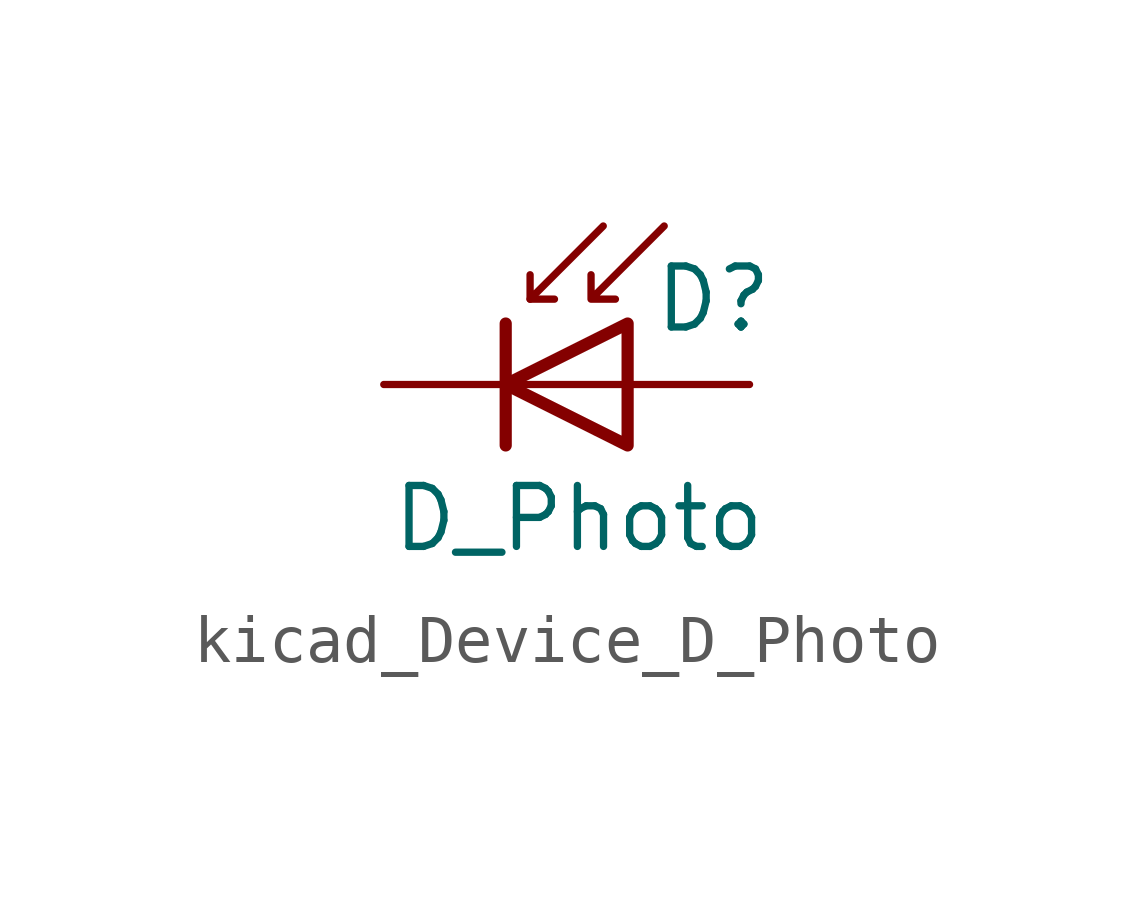
<source format=kicad_sym>
(kicad_symbol_lib
  (version 20220914)
  (generator kicad_symbol_editor)
  (symbol "kicad_Device_D_Photo"
    (pin_numbers hide)
    (pin_names hide)
    (property "Reference" "D"
      (at 0.508 1.778 0)
      (effects (font (size 1.27 1.27)) (justify left)))
    (property "Value" "D_Photo"
      (at -1.016 -2.794 0)
      (effects (font (size 1.27 1.27))))
    (symbol "kicad_Device_D_Photo_0_1"
      (polyline (pts (xy -2.54 1.27) (xy -2.54 -1.27)) (stroke (width 0.254) (type default)) (fill (type none)))
      (polyline (pts (xy -2.032 1.778) (xy -1.524 1.778)) (stroke (width 0) (type default)) (fill (type none)))
      (polyline (pts (xy 0 0) (xy -2.54 0)) (stroke (width 0) (type default)) (fill (type none)))
      (polyline (pts (xy -0.508 3.302) (xy -2.032 1.778) (xy -2.032 2.286)) (stroke (width 0) (type default)) (fill (type none)))
      (polyline (pts (xy 0 -1.27) (xy 0 1.27) (xy -2.54 0) (xy 0 -1.27)) (stroke (width 0.254) (type default)) (fill (type none)))
      (polyline (pts (xy 0.762 3.302) (xy -0.762 1.778) (xy -0.762 2.286) (xy -0.762 1.778) (xy -0.254 1.778)) (stroke (width 0) (type default)) (fill (type none))))
    (symbol "kicad_Device_D_Photo_1_1"
      (pin passive line (at -5.08 0 0) (length 2.54) (name "K" (effects (font (size 1.27 1.27)))) (number "1" (effects (font (size 1.27 1.27)))))
      (pin passive line (at 2.54 0 180) (length 2.54) (name "A" (effects (font (size 1.27 1.27)))) (number "2" (effects (font (size 1.27 1.27))))))))
</source>
